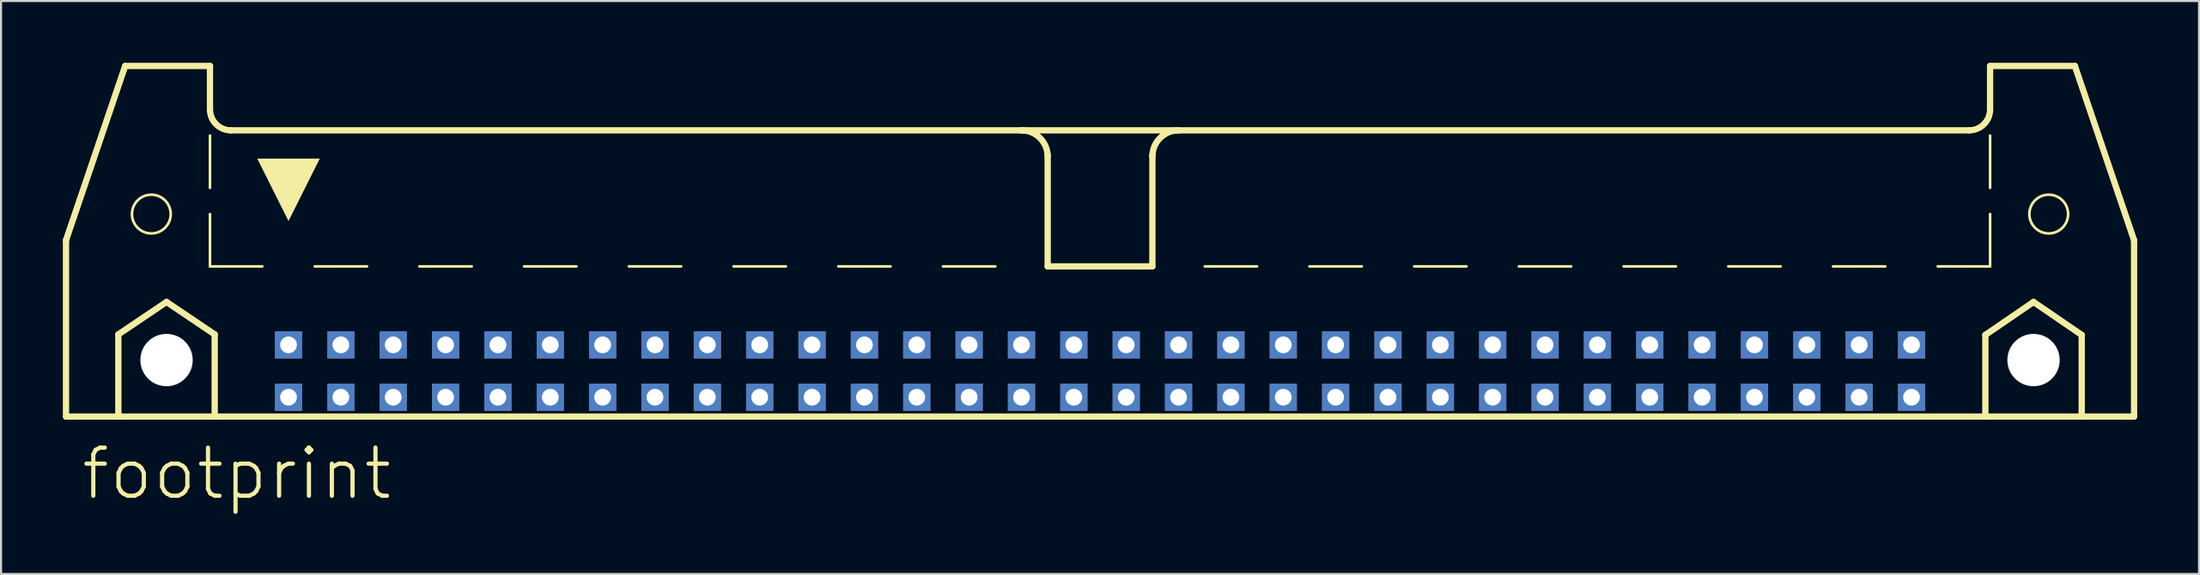
<source format=kicad_pcb>
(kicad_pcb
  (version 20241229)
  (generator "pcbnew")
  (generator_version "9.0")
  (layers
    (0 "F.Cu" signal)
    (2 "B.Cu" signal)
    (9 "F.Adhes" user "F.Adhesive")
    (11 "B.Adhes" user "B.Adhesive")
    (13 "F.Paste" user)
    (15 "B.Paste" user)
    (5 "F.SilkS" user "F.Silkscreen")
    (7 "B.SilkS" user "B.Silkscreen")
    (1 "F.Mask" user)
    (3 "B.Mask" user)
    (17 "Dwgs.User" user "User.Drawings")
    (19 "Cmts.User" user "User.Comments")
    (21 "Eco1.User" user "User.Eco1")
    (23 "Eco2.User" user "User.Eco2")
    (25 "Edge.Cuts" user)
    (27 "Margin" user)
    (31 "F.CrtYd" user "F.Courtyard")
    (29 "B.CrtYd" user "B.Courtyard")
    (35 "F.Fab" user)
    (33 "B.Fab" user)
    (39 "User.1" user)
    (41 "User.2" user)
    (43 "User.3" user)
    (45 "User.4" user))
  (footprint "footprint"
    (layer "F.Cu")
    (at 50.317 11.151)
    (property "Reference" "footprint" (at -49.53 10.16 0) (layer "F.SilkS") (effects (font (size 2.337 2.337) (thickness 0.203)) (justify left bottom)))
    (fp_line (start -50.165 -2.54) (end -50.165 6.02) (stroke (width 0.305) (type solid)) (layer "F.SilkS"))
    (fp_line (start -50.165 -2.54) (end -47.295 -10.998) (stroke (width 0.305) (type solid)) (layer "F.SilkS"))
    (fp_line (start -50.165 6.02) (end -47.625 6.02) (stroke (width 0.305) (type solid)) (layer "F.SilkS"))
    (fp_line (start -47.625 2.032) (end -45.288 0.457) (stroke (width 0.305) (type solid)) (layer "F.SilkS"))
    (fp_line (start -47.625 6.02) (end -47.625 2.032) (stroke (width 0.305) (type solid)) (layer "F.SilkS"))
    (fp_line (start -47.625 6.02) (end -42.951 6.02) (stroke (width 0.305) (type solid)) (layer "F.SilkS"))
    (fp_line (start -45.288 0.457) (end -42.951 2.032) (stroke (width 0.305) (type solid)) (layer "F.SilkS"))
    (fp_line (start -43.18 -10.998) (end -47.295 -10.998) (stroke (width 0.305) (type solid)) (layer "F.SilkS"))
    (fp_line (start -43.18 -8.89) (end -43.18 -10.998) (stroke (width 0.305) (type solid)) (layer "F.SilkS"))
    (fp_line (start -43.18 -5.08) (end -43.18 -7.62) (stroke (width 0.127) (type solid)) (layer "F.SilkS"))
    (fp_line (start -43.18 -1.27) (end -43.18 -3.81) (stroke (width 0.127) (type solid)) (layer "F.SilkS"))
    (fp_line (start -43.18 -1.27) (end -40.64 -1.27) (stroke (width 0.127) (type solid)) (layer "F.SilkS"))
    (fp_line (start -42.951 2.032) (end -42.951 6.02) (stroke (width 0.305) (type solid)) (layer "F.SilkS"))
    (fp_line (start -42.951 6.02) (end 42.951 6.02) (stroke (width 0.305) (type solid)) (layer "F.SilkS"))
    (fp_line (start -38.1 -1.27) (end -35.56 -1.27) (stroke (width 0.127) (type solid)) (layer "F.SilkS"))
    (fp_line (start -33.02 -1.27) (end -30.48 -1.27) (stroke (width 0.127) (type solid)) (layer "F.SilkS"))
    (fp_line (start -27.94 -1.27) (end -25.4 -1.27) (stroke (width 0.127) (type solid)) (layer "F.SilkS"))
    (fp_line (start -22.86 -1.27) (end -20.32 -1.27) (stroke (width 0.127) (type solid)) (layer "F.SilkS"))
    (fp_line (start -15.24 -1.27) (end -17.78 -1.27) (stroke (width 0.127) (type solid)) (layer "F.SilkS"))
    (fp_line (start -10.16 -1.27) (end -12.7 -1.27) (stroke (width 0.127) (type solid)) (layer "F.SilkS"))
    (fp_line (start -5.08 -1.27) (end -7.62 -1.27) (stroke (width 0.127) (type solid)) (layer "F.SilkS"))
    (fp_line (start -3.81 -7.874) (end -42.164 -7.874) (stroke (width 0.305) (type solid)) (layer "F.SilkS"))
    (fp_line (start -3.81 -7.874) (end 42.164 -7.874) (stroke (width 0.305) (type solid)) (layer "F.SilkS"))
    (fp_line (start -2.54 -1.27) (end -2.54 -6.68) (stroke (width 0.305) (type solid)) (layer "F.SilkS"))
    (fp_line (start 2.54 -1.27) (end -2.54 -1.27) (stroke (width 0.305) (type solid)) (layer "F.SilkS"))
    (fp_line (start 2.54 -1.27) (end 2.54 -6.68) (stroke (width 0.305) (type solid)) (layer "F.SilkS"))
    (fp_line (start 5.08 -1.27) (end 7.62 -1.27) (stroke (width 0.127) (type solid)) (layer "F.SilkS"))
    (fp_line (start 10.16 -1.27) (end 12.7 -1.27) (stroke (width 0.127) (type solid)) (layer "F.SilkS"))
    (fp_line (start 15.24 -1.27) (end 17.78 -1.27) (stroke (width 0.127) (type solid)) (layer "F.SilkS"))
    (fp_line (start 22.86 -1.27) (end 20.32 -1.27) (stroke (width 0.127) (type solid)) (layer "F.SilkS"))
    (fp_line (start 27.94 -1.27) (end 25.4 -1.27) (stroke (width 0.127) (type solid)) (layer "F.SilkS"))
    (fp_line (start 33.02 -1.27) (end 30.48 -1.27) (stroke (width 0.127) (type solid)) (layer "F.SilkS"))
    (fp_line (start 38.1 -1.27) (end 35.56 -1.27) (stroke (width 0.127) (type solid)) (layer "F.SilkS"))
    (fp_line (start 42.951 2.057) (end 45.288 0.457) (stroke (width 0.305) (type solid)) (layer "F.SilkS"))
    (fp_line (start 42.951 6.02) (end 42.951 2.057) (stroke (width 0.305) (type solid)) (layer "F.SilkS"))
    (fp_line (start 42.951 6.02) (end 47.625 6.02) (stroke (width 0.305) (type solid)) (layer "F.SilkS"))
    (fp_line (start 43.18 -10.998) (end 47.295 -10.998) (stroke (width 0.305) (type solid)) (layer "F.SilkS"))
    (fp_line (start 43.18 -8.89) (end 43.18 -10.998) (stroke (width 0.305) (type solid)) (layer "F.SilkS"))
    (fp_line (start 43.18 -5.08) (end 43.18 -7.62) (stroke (width 0.127) (type solid)) (layer "F.SilkS"))
    (fp_line (start 43.18 -1.27) (end 40.64 -1.27) (stroke (width 0.127) (type solid)) (layer "F.SilkS"))
    (fp_line (start 43.18 -1.27) (end 43.18 -3.81) (stroke (width 0.127) (type solid)) (layer "F.SilkS"))
    (fp_line (start 45.288 0.457) (end 47.625 2.057) (stroke (width 0.305) (type solid)) (layer "F.SilkS"))
    (fp_line (start 47.625 2.057) (end 47.625 6.02) (stroke (width 0.305) (type solid)) (layer "F.SilkS"))
    (fp_line (start 47.625 6.02) (end 50.165 6.02) (stroke (width 0.305) (type solid)) (layer "F.SilkS"))
    (fp_line (start 50.165 -2.54) (end 47.295 -10.998) (stroke (width 0.305) (type solid)) (layer "F.SilkS"))
    (fp_line (start 50.165 6.02) (end 50.165 -2.54) (stroke (width 0.305) (type solid)) (layer "F.SilkS"))
    (fp_arc (start -42.164 -7.874) (mid -42.88242 -8.17158) (end -43.18 -8.89) (stroke (width 0.3048) (type solid)) (layer "F.SilkS"))
    (fp_arc (start -3.81 -7.874) (mid -2.911974 -7.502026) (end -2.54 -6.604) (stroke (width 0.3048) (type solid)) (layer "F.SilkS"))
    (fp_arc (start 2.54 -6.604) (mid 2.911974 -7.502026) (end 3.81 -7.874) (stroke (width 0.3048) (type solid)) (layer "F.SilkS"))
    (fp_arc (start 43.18 -8.89) (mid 42.88242 -8.17158) (end 42.164 -7.874) (stroke (width 0.3048) (type solid)) (layer "F.SilkS"))
    (fp_circle (center -46.025 -3.81) (end -45.085 -3.81) (stroke (width 0.127) (type solid)) (fill no) (layer "F.SilkS"))
    (fp_circle (center 46.025 -3.81) (end 46.965 -3.81) (stroke (width 0.127) (type solid)) (fill no) (layer "F.SilkS"))
    (fp_poly (pts (xy -39.37 -3.469) (xy -40.887 -6.502) (xy -37.853 -6.502)) (stroke (width 0) (type solid)) (fill yes) (layer "F.SilkS"))
    (pad "" np_thru_hole circle (at -45.288 3.277) (size 2.54 2.54) (drill 2.54) (layers "*.Cu" "*.Mask"))
    (pad "" np_thru_hole circle (at 45.288 3.277) (size 2.54 2.54) (drill 2.54) (layers "*.Cu" "*.Mask"))
    (pad "1" thru_hole rect (at -39.37 5.08) (size 1.321 1.321) (drill 0.813) (layers "*.Cu" "*.Mask"))
    (pad "2" thru_hole rect (at -39.37 2.54) (size 1.321 1.321) (drill 0.813) (layers "*.Cu" "*.Mask"))
    (pad "3" thru_hole rect (at -36.83 5.08) (size 1.321 1.321) (drill 0.813) (layers "*.Cu" "*.Mask"))
    (pad "4" thru_hole rect (at -36.83 2.54) (size 1.321 1.321) (drill 0.813) (layers "*.Cu" "*.Mask"))
    (pad "5" thru_hole rect (at -34.29 5.08) (size 1.321 1.321) (drill 0.813) (layers "*.Cu" "*.Mask"))
    (pad "6" thru_hole rect (at -34.29 2.54) (size 1.321 1.321) (drill 0.813) (layers "*.Cu" "*.Mask"))
    (pad "7" thru_hole rect (at -31.75 5.08) (size 1.321 1.321) (drill 0.813) (layers "*.Cu" "*.Mask"))
    (pad "8" thru_hole rect (at -31.75 2.54) (size 1.321 1.321) (drill 0.813) (layers "*.Cu" "*.Mask"))
    (pad "9" thru_hole rect (at -29.21 5.08) (size 1.321 1.321) (drill 0.813) (layers "*.Cu" "*.Mask"))
    (pad "10" thru_hole rect (at -29.21 2.54) (size 1.321 1.321) (drill 0.813) (layers "*.Cu" "*.Mask"))
    (pad "11" thru_hole rect (at -26.67 5.08) (size 1.321 1.321) (drill 0.813) (layers "*.Cu" "*.Mask"))
    (pad "12" thru_hole rect (at -26.67 2.54) (size 1.321 1.321) (drill 0.813) (layers "*.Cu" "*.Mask"))
    (pad "13" thru_hole rect (at -24.13 5.08) (size 1.321 1.321) (drill 0.813) (layers "*.Cu" "*.Mask"))
    (pad "14" thru_hole rect (at -24.13 2.54) (size 1.321 1.321) (drill 0.813) (layers "*.Cu" "*.Mask"))
    (pad "15" thru_hole rect (at -21.59 5.08) (size 1.321 1.321) (drill 0.813) (layers "*.Cu" "*.Mask"))
    (pad "16" thru_hole rect (at -21.59 2.54) (size 1.321 1.321) (drill 0.813) (layers "*.Cu" "*.Mask"))
    (pad "17" thru_hole rect (at -19.05 5.08) (size 1.321 1.321) (drill 0.813) (layers "*.Cu" "*.Mask"))
    (pad "18" thru_hole rect (at -19.05 2.54) (size 1.321 1.321) (drill 0.813) (layers "*.Cu" "*.Mask"))
    (pad "19" thru_hole rect (at -16.51 5.08) (size 1.321 1.321) (drill 0.813) (layers "*.Cu" "*.Mask"))
    (pad "20" thru_hole rect (at -16.51 2.54) (size 1.321 1.321) (drill 0.813) (layers "*.Cu" "*.Mask"))
    (pad "21" thru_hole rect (at -13.97 5.08) (size 1.321 1.321) (drill 0.813) (layers "*.Cu" "*.Mask"))
    (pad "22" thru_hole rect (at -13.97 2.54) (size 1.321 1.321) (drill 0.813) (layers "*.Cu" "*.Mask"))
    (pad "23" thru_hole rect (at -11.43 5.08) (size 1.321 1.321) (drill 0.813) (layers "*.Cu" "*.Mask"))
    (pad "24" thru_hole rect (at -11.43 2.54) (size 1.321 1.321) (drill 0.813) (layers "*.Cu" "*.Mask"))
    (pad "25" thru_hole rect (at -8.89 5.08) (size 1.321 1.321) (drill 0.813) (layers "*.Cu" "*.Mask"))
    (pad "26" thru_hole rect (at -8.89 2.54) (size 1.321 1.321) (drill 0.813) (layers "*.Cu" "*.Mask"))
    (pad "27" thru_hole rect (at -6.35 5.08) (size 1.321 1.321) (drill 0.813) (layers "*.Cu" "*.Mask"))
    (pad "28" thru_hole rect (at -6.35 2.54) (size 1.321 1.321) (drill 0.813) (layers "*.Cu" "*.Mask"))
    (pad "29" thru_hole rect (at -3.81 5.08) (size 1.321 1.321) (drill 0.813) (layers "*.Cu" "*.Mask"))
    (pad "30" thru_hole rect (at -3.81 2.54) (size 1.321 1.321) (drill 0.813) (layers "*.Cu" "*.Mask"))
    (pad "31" thru_hole rect (at -1.27 5.08) (size 1.321 1.321) (drill 0.813) (layers "*.Cu" "*.Mask"))
    (pad "32" thru_hole rect (at -1.27 2.54) (size 1.321 1.321) (drill 0.813) (layers "*.Cu" "*.Mask"))
    (pad "33" thru_hole rect (at 1.27 5.08) (size 1.321 1.321) (drill 0.813) (layers "*.Cu" "*.Mask"))
    (pad "34" thru_hole rect (at 1.27 2.54) (size 1.321 1.321) (drill 0.813) (layers "*.Cu" "*.Mask"))
    (pad "35" thru_hole rect (at 3.81 5.08) (size 1.321 1.321) (drill 0.813) (layers "*.Cu" "*.Mask"))
    (pad "36" thru_hole rect (at 3.81 2.54) (size 1.321 1.321) (drill 0.813) (layers "*.Cu" "*.Mask"))
    (pad "37" thru_hole rect (at 6.35 5.08) (size 1.321 1.321) (drill 0.813) (layers "*.Cu" "*.Mask"))
    (pad "38" thru_hole rect (at 6.35 2.54) (size 1.321 1.321) (drill 0.813) (layers "*.Cu" "*.Mask"))
    (pad "39" thru_hole rect (at 8.89 5.08) (size 1.321 1.321) (drill 0.813) (layers "*.Cu" "*.Mask"))
    (pad "40" thru_hole rect (at 8.89 2.54) (size 1.321 1.321) (drill 0.813) (layers "*.Cu" "*.Mask"))
    (pad "41" thru_hole rect (at 11.43 5.08) (size 1.321 1.321) (drill 0.813) (layers "*.Cu" "*.Mask"))
    (pad "42" thru_hole rect (at 11.43 2.54) (size 1.321 1.321) (drill 0.813) (layers "*.Cu" "*.Mask"))
    (pad "43" thru_hole rect (at 13.97 5.08) (size 1.321 1.321) (drill 0.813) (layers "*.Cu" "*.Mask"))
    (pad "44" thru_hole rect (at 13.97 2.54) (size 1.321 1.321) (drill 0.813) (layers "*.Cu" "*.Mask"))
    (pad "45" thru_hole rect (at 16.51 5.08) (size 1.321 1.321) (drill 0.813) (layers "*.Cu" "*.Mask"))
    (pad "46" thru_hole rect (at 16.51 2.54) (size 1.321 1.321) (drill 0.813) (layers "*.Cu" "*.Mask"))
    (pad "47" thru_hole rect (at 19.05 5.08) (size 1.321 1.321) (drill 0.813) (layers "*.Cu" "*.Mask"))
    (pad "48" thru_hole rect (at 19.05 2.54) (size 1.321 1.321) (drill 0.813) (layers "*.Cu" "*.Mask"))
    (pad "49" thru_hole rect (at 21.59 5.08) (size 1.321 1.321) (drill 0.813) (layers "*.Cu" "*.Mask"))
    (pad "50" thru_hole rect (at 21.59 2.54) (size 1.321 1.321) (drill 0.813) (layers "*.Cu" "*.Mask"))
    (pad "51" thru_hole rect (at 24.13 5.08) (size 1.321 1.321) (drill 0.813) (layers "*.Cu" "*.Mask"))
    (pad "52" thru_hole rect (at 24.13 2.54) (size 1.321 1.321) (drill 0.813) (layers "*.Cu" "*.Mask"))
    (pad "53" thru_hole rect (at 26.67 5.08) (size 1.321 1.321) (drill 0.813) (layers "*.Cu" "*.Mask"))
    (pad "54" thru_hole rect (at 26.67 2.54) (size 1.321 1.321) (drill 0.813) (layers "*.Cu" "*.Mask"))
    (pad "55" thru_hole rect (at 29.21 5.08) (size 1.321 1.321) (drill 0.813) (layers "*.Cu" "*.Mask"))
    (pad "56" thru_hole rect (at 29.21 2.54) (size 1.321 1.321) (drill 0.813) (layers "*.Cu" "*.Mask"))
    (pad "57" thru_hole rect (at 31.75 5.08) (size 1.321 1.321) (drill 0.813) (layers "*.Cu" "*.Mask"))
    (pad "58" thru_hole rect (at 31.75 2.54) (size 1.321 1.321) (drill 0.813) (layers "*.Cu" "*.Mask"))
    (pad "59" thru_hole rect (at 34.29 5.08) (size 1.321 1.321) (drill 0.813) (layers "*.Cu" "*.Mask"))
    (pad "60" thru_hole rect (at 34.29 2.54) (size 1.321 1.321) (drill 0.813) (layers "*.Cu" "*.Mask"))
    (pad "61" thru_hole rect (at 36.83 5.08) (size 1.321 1.321) (drill 0.813) (layers "*.Cu" "*.Mask"))
    (pad "62" thru_hole rect (at 36.83 2.54) (size 1.321 1.321) (drill 0.813) (layers "*.Cu" "*.Mask"))
    (pad "63" thru_hole rect (at 39.37 5.08) (size 1.321 1.321) (drill 0.813) (layers "*.Cu" "*.Mask"))
    (pad "64" thru_hole rect (at 39.37 2.54) (size 1.321 1.321) (drill 0.813) (layers "*.Cu" "*.Mask"))
    (zone (net_name "") (layer "B.Cu") (hatch edge 0.508) (connect_pads) (min_thickness 0.254) (filled_areas_thickness no) (keepout (tracks not_allowed) (vias not_allowed) (pads not_allowed) (copperpour not_allowed) (footprints allowed)) (placement (enabled no)) (fill) (polygon (pts (xy 7.595 14.427) (xy 7.556 13.982) (xy 7.44 13.55) (xy 7.251 13.145) (xy 6.994 12.778) (xy 6.678 12.462) (xy 6.312 12.205) (xy 5.907 12.017) (xy 5.475 11.901) (xy 5.029 11.862) (xy 4.584 11.901) (xy 4.152 12.017) (xy 3.747 12.205) (xy 3.38 12.462) (xy 3.064 12.778) (xy 2.807 13.145) (xy 2.619 13.55) (xy 2.503 13.982) (xy 2.464 14.427) (xy 2.503 14.873) (xy 2.619 15.305) (xy 2.807 15.71) (xy 3.064 16.076) (xy 3.38 16.392) (xy 3.747 16.649) (xy 4.152 16.838) (xy 4.584 16.954) (xy 5.029 16.993) (xy 5.475 16.954) (xy 5.907 16.838) (xy 6.312 16.649) (xy 6.678 16.392) (xy 6.994 16.076) (xy 7.251 15.71) (xy 7.44 15.305) (xy 7.556 14.873))) (polygon (pts (xy 6.325 14.427) (xy 6.305 14.202) (xy 6.246 13.984) (xy 6.151 13.78) (xy 6.022 13.595) (xy 5.862 13.435) (xy 5.677 13.305) (xy 5.472 13.21) (xy 5.254 13.151) (xy 5.029 13.132) (xy 4.804 13.151) (xy 4.586 13.21) (xy 4.381 13.305) (xy 4.197 13.435) (xy 4.037 13.595) (xy 3.907 13.78) (xy 3.812 13.984) (xy 3.753 14.202) (xy 3.734 14.427) (xy 3.753 14.652) (xy 3.812 14.87) (xy 3.907 15.075) (xy 4.037 15.26) (xy 4.197 15.42) (xy 4.381 15.549) (xy 4.586 15.644) (xy 4.804 15.703) (xy 5.029 15.723) (xy 5.254 15.703) (xy 5.472 15.644) (xy 5.677 15.549) (xy 5.862 15.42) (xy 6.022 15.26) (xy 6.151 15.075) (xy 6.246 14.87) (xy 6.305 14.652))))
    (zone (net_name "") (layer "B.Cu") (hatch edge 0.508) (connect_pads) (min_thickness 0.254) (filled_areas_thickness no) (keepout (tracks not_allowed) (vias not_allowed) (pads not_allowed) (copperpour not_allowed) (footprints allowed)) (placement (enabled no)) (fill) (polygon (pts (xy 98.171 14.427) (xy 98.132 13.982) (xy 98.016 13.55) (xy 97.827 13.145) (xy 97.571 12.778) (xy 97.255 12.462) (xy 96.888 12.205) (xy 96.483 12.017) (xy 96.051 11.901) (xy 95.606 11.862) (xy 95.16 11.901) (xy 94.728 12.017) (xy 94.323 12.205) (xy 93.957 12.462) (xy 93.64 12.778) (xy 93.384 13.145) (xy 93.195 13.55) (xy 93.079 13.982) (xy 93.04 14.427) (xy 93.079 14.873) (xy 93.195 15.305) (xy 93.384 15.71) (xy 93.64 16.076) (xy 93.957 16.392) (xy 94.323 16.649) (xy 94.728 16.838) (xy 95.16 16.954) (xy 95.606 16.993) (xy 96.051 16.954) (xy 96.483 16.838) (xy 96.888 16.649) (xy 97.255 16.392) (xy 97.571 16.076) (xy 97.827 15.71) (xy 98.016 15.305) (xy 98.132 14.873))) (polygon (pts (xy 96.901 14.427) (xy 96.881 14.202) (xy 96.823 13.984) (xy 96.727 13.78) (xy 96.598 13.595) (xy 96.438 13.435) (xy 96.253 13.305) (xy 96.049 13.21) (xy 95.831 13.151) (xy 95.606 13.132) (xy 95.381 13.151) (xy 95.163 13.21) (xy 94.958 13.305) (xy 94.773 13.435) (xy 94.613 13.595) (xy 94.484 13.78) (xy 94.388 13.984) (xy 94.33 14.202) (xy 94.31 14.427) (xy 94.33 14.652) (xy 94.388 14.87) (xy 94.484 15.075) (xy 94.613 15.26) (xy 94.773 15.42) (xy 94.958 15.549) (xy 95.163 15.644) (xy 95.381 15.703) (xy 95.606 15.723) (xy 95.831 15.703) (xy 96.049 15.644) (xy 96.253 15.549) (xy 96.438 15.42) (xy 96.598 15.26) (xy 96.727 15.075) (xy 96.823 14.87) (xy 96.881 14.652)))))
  (gr_rect
    (start -3 -3)
    (end 103.635 24.811)
    (stroke (width 0.1) (type default))
    (fill no)
    (layer "Edge.Cuts")))
</source>
